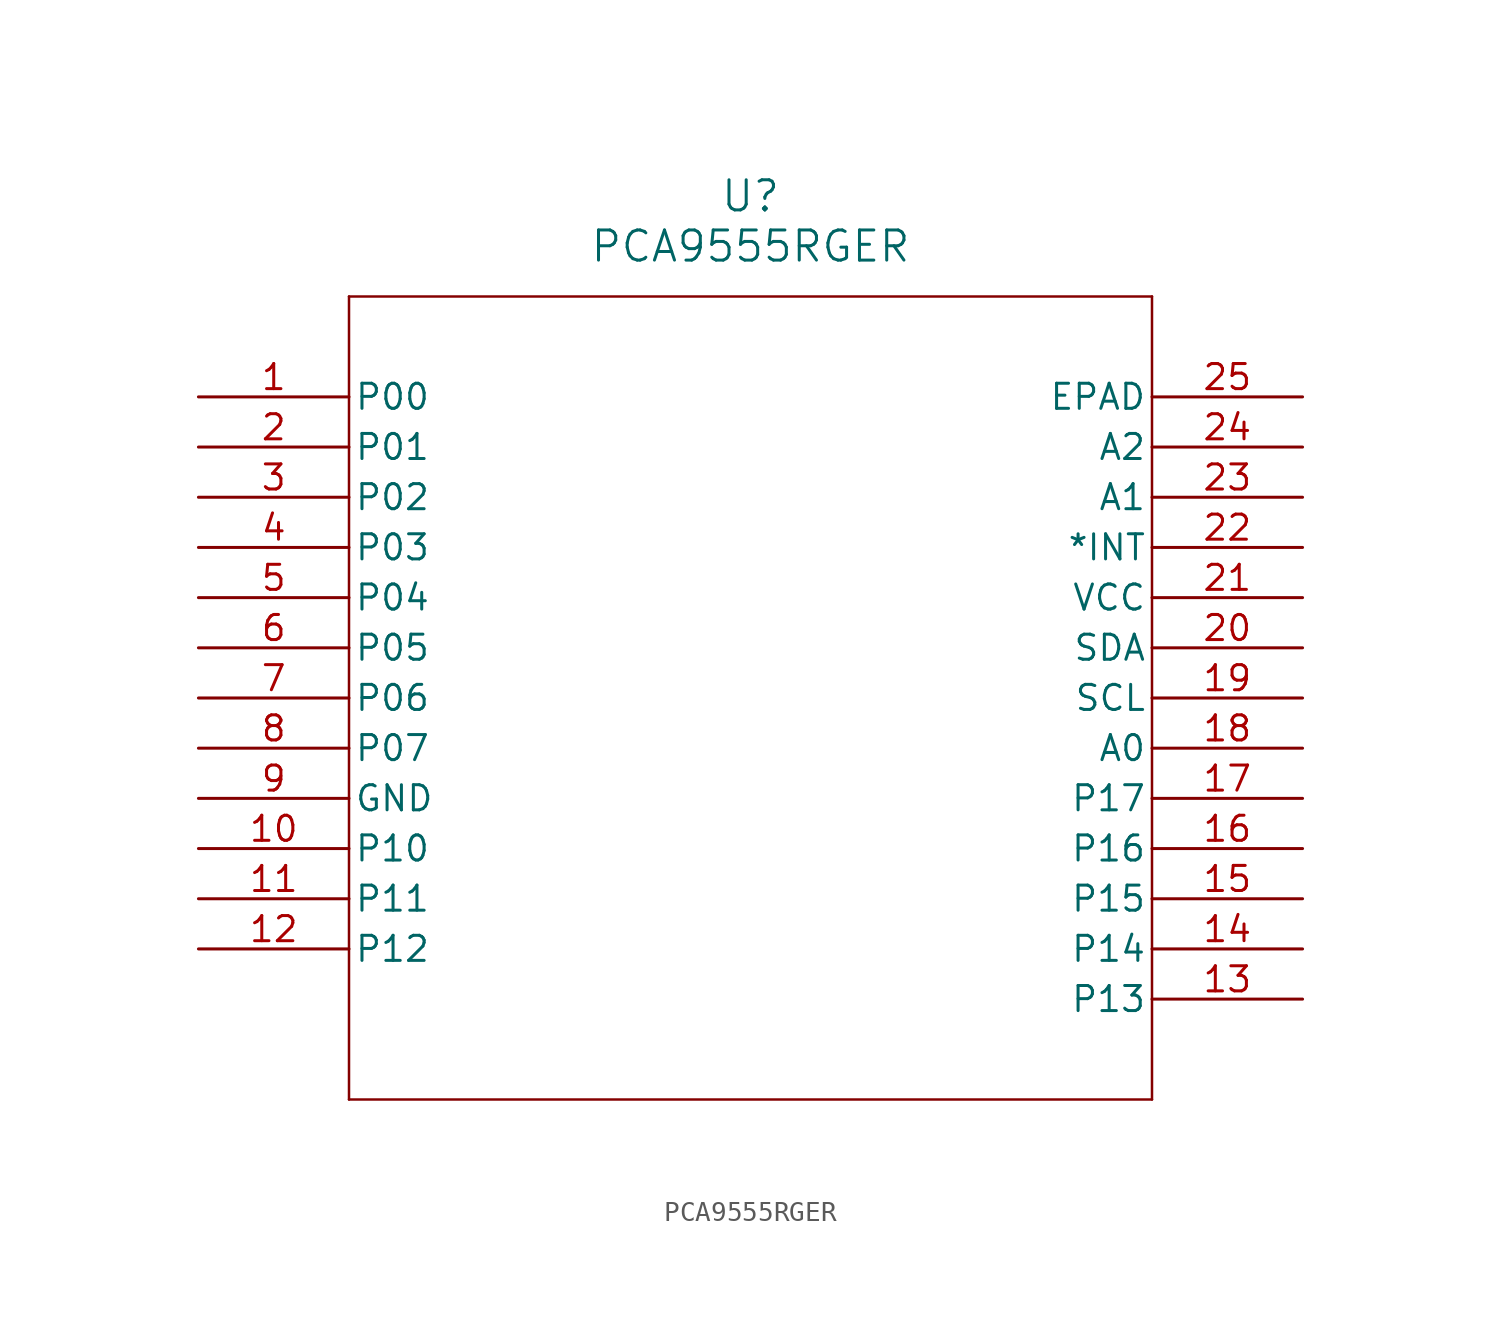
<source format=kicad_sym>
(kicad_symbol_lib
  (version 20220914)
  (generator kicad_symbol_editor)
  (symbol "PCA9555RGER"
    (pin_names
      (offset 0.254))
    (property "Reference" "U"
      (at 27.94 10.16 0)
      (effects (font (size 1.524 1.524))))
    (property "Value" "PCA9555RGER"
      (at 27.94 7.62 0)
      (effects (font (size 1.524 1.524))))
    (symbol "PCA9555RGER_0_1"
      (polyline (pts (xy 7.62 -35.56) (xy 48.26 -35.56)) (stroke (width 0.127) (type default)) (fill (type none)))
      (polyline (pts (xy 7.62 5.08) (xy 7.62 -35.56)) (stroke (width 0.127) (type default)) (fill (type none)))
      (polyline (pts (xy 48.26 -35.56) (xy 48.26 5.08)) (stroke (width 0.127) (type default)) (fill (type none)))
      (polyline (pts (xy 48.26 5.08) (xy 7.62 5.08)) (stroke (width 0.127) (type default)) (fill (type none)))
      (pin bidirectional line (at 0 0 0) (length 7.62) (name "P00" (effects (font (size 1.27 1.27)))) (number "1" (effects (font (size 1.27 1.27)))))
      (pin bidirectional line (at 0 -22.86 0) (length 7.62) (name "P10" (effects (font (size 1.27 1.27)))) (number "10" (effects (font (size 1.27 1.27)))))
      (pin bidirectional line (at 0 -25.4 0) (length 7.62) (name "P11" (effects (font (size 1.27 1.27)))) (number "11" (effects (font (size 1.27 1.27)))))
      (pin bidirectional line (at 0 -27.94 0) (length 7.62) (name "P12" (effects (font (size 1.27 1.27)))) (number "12" (effects (font (size 1.27 1.27)))))
      (pin bidirectional line (at 55.88 -30.48 180) (length 7.62) (name "P13" (effects (font (size 1.27 1.27)))) (number "13" (effects (font (size 1.27 1.27)))))
      (pin bidirectional line (at 55.88 -27.94 180) (length 7.62) (name "P14" (effects (font (size 1.27 1.27)))) (number "14" (effects (font (size 1.27 1.27)))))
      (pin bidirectional line (at 55.88 -25.4 180) (length 7.62) (name "P15" (effects (font (size 1.27 1.27)))) (number "15" (effects (font (size 1.27 1.27)))))
      (pin bidirectional line (at 55.88 -22.86 180) (length 7.62) (name "P16" (effects (font (size 1.27 1.27)))) (number "16" (effects (font (size 1.27 1.27)))))
      (pin bidirectional line (at 55.88 -20.32 180) (length 7.62) (name "P17" (effects (font (size 1.27 1.27)))) (number "17" (effects (font (size 1.27 1.27)))))
      (pin input line (at 55.88 -17.78 180) (length 7.62) (name "A0" (effects (font (size 1.27 1.27)))) (number "18" (effects (font (size 1.27 1.27)))))
      (pin bidirectional line (at 55.88 -15.24 180) (length 7.62) (name "SCL" (effects (font (size 1.27 1.27)))) (number "19" (effects (font (size 1.27 1.27)))))
      (pin bidirectional line (at 0 -2.54 0) (length 7.62) (name "P01" (effects (font (size 1.27 1.27)))) (number "2" (effects (font (size 1.27 1.27)))))
      (pin bidirectional line (at 55.88 -12.7 180) (length 7.62) (name "SDA" (effects (font (size 1.27 1.27)))) (number "20" (effects (font (size 1.27 1.27)))))
      (pin power_in line (at 55.88 -10.16 180) (length 7.62) (name "VCC" (effects (font (size 1.27 1.27)))) (number "21" (effects (font (size 1.27 1.27)))))
      (pin output line (at 55.88 -7.62 180) (length 7.62) (name "*INT" (effects (font (size 1.27 1.27)))) (number "22" (effects (font (size 1.27 1.27)))))
      (pin input line (at 55.88 -5.08 180) (length 7.62) (name "A1" (effects (font (size 1.27 1.27)))) (number "23" (effects (font (size 1.27 1.27)))))
      (pin input line (at 55.88 -2.54 180) (length 7.62) (name "A2" (effects (font (size 1.27 1.27)))) (number "24" (effects (font (size 1.27 1.27)))))
      (pin power_in line (at 55.88 0 180) (length 7.62) (name "EPAD" (effects (font (size 1.27 1.27)))) (number "25" (effects (font (size 1.27 1.27)))))
      (pin bidirectional line (at 0 -5.08 0) (length 7.62) (name "P02" (effects (font (size 1.27 1.27)))) (number "3" (effects (font (size 1.27 1.27)))))
      (pin bidirectional line (at 0 -7.62 0) (length 7.62) (name "P03" (effects (font (size 1.27 1.27)))) (number "4" (effects (font (size 1.27 1.27)))))
      (pin bidirectional line (at 0 -10.16 0) (length 7.62) (name "P04" (effects (font (size 1.27 1.27)))) (number "5" (effects (font (size 1.27 1.27)))))
      (pin bidirectional line (at 0 -12.7 0) (length 7.62) (name "P05" (effects (font (size 1.27 1.27)))) (number "6" (effects (font (size 1.27 1.27)))))
      (pin bidirectional line (at 0 -15.24 0) (length 7.62) (name "P06" (effects (font (size 1.27 1.27)))) (number "7" (effects (font (size 1.27 1.27)))))
      (pin bidirectional line (at 0 -17.78 0) (length 7.62) (name "P07" (effects (font (size 1.27 1.27)))) (number "8" (effects (font (size 1.27 1.27)))))
      (pin power_in line (at 0 -20.32 0) (length 7.62) (name "GND" (effects (font (size 1.27 1.27)))) (number "9" (effects (font (size 1.27 1.27))))))))
</source>
